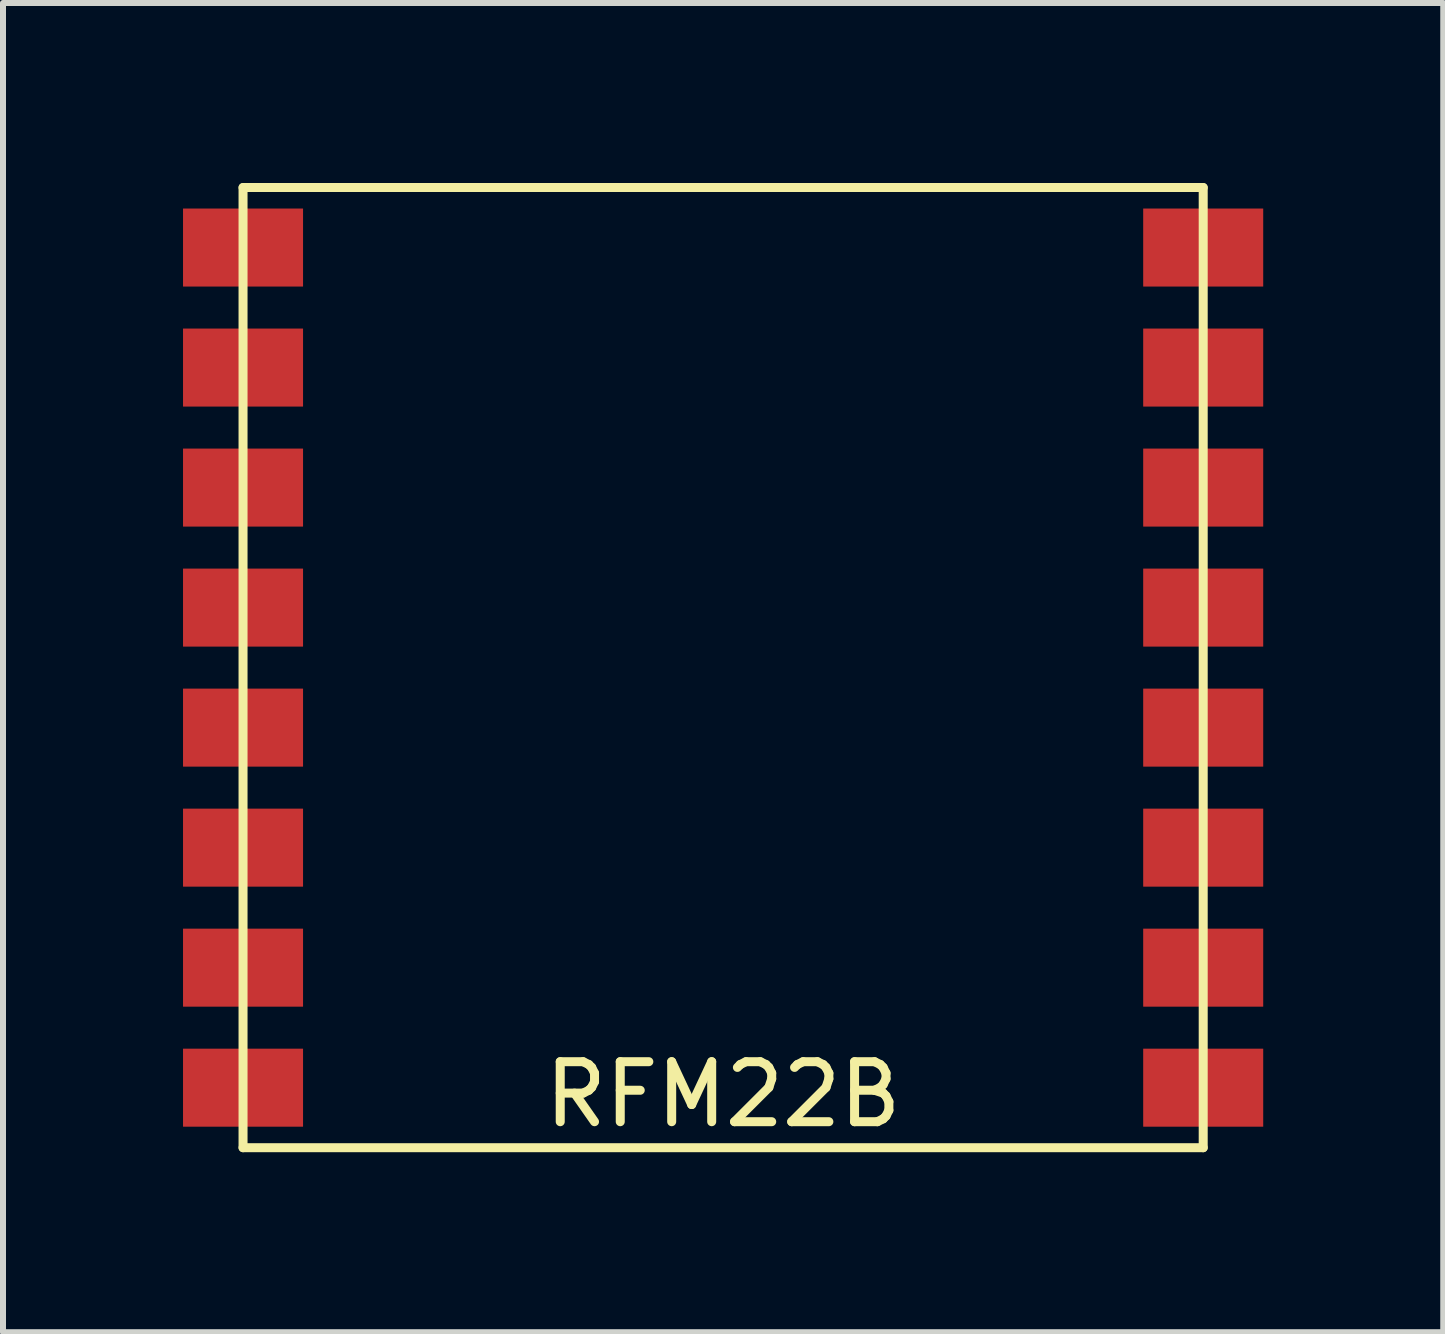
<source format=kicad_pcb>
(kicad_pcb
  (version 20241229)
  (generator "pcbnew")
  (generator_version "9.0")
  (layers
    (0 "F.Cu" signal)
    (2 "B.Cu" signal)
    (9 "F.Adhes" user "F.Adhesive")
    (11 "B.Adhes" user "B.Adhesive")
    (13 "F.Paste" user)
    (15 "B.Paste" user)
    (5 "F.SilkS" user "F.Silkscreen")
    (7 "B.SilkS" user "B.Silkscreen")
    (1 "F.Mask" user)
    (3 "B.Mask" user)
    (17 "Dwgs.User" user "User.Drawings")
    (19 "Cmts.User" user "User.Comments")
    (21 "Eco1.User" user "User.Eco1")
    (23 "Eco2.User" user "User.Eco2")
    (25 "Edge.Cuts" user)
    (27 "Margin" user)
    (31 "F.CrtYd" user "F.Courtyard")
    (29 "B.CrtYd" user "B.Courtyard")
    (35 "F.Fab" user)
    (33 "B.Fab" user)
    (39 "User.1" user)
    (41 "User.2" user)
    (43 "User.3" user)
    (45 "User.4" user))
  (footprint "RFM22B"
    (layer "F.Cu")
    (at 9 8.075)
    (property "Reference" "RFM22B" (at 0 7.112 0) (layer "F.SilkS") (effects (font (size 1 1) (thickness 0.15))))
    (attr through_hole)
    (fp_line (start -8 -8) (end 8 -8) (stroke (width 0.15) (type solid)) (layer "F.SilkS"))
    (fp_line (start -8 8) (end -8 -8) (stroke (width 0.15) (type solid)) (layer "F.SilkS"))
    (fp_line (start 8 -8) (end 8 8) (stroke (width 0.15) (type solid)) (layer "F.SilkS"))
    (fp_line (start 8 8) (end -8 8) (stroke (width 0.15) (type solid)) (layer "F.SilkS"))
    (pad "1" smd rect (at -8 -7) (size 2 1.3) (layers "F.Cu" "F.Mask" "F.Paste"))
    (pad "2" smd rect (at -8 -5) (size 2 1.3) (layers "F.Cu" "F.Mask" "F.Paste"))
    (pad "3" smd rect (at -8 -3) (size 2 1.3) (layers "F.Cu" "F.Mask" "F.Paste"))
    (pad "4" smd rect (at -8 -1) (size 2 1.3) (layers "F.Cu" "F.Mask" "F.Paste"))
    (pad "5" smd rect (at -8 1) (size 2 1.3) (layers "F.Cu" "F.Mask" "F.Paste"))
    (pad "6" smd rect (at -8 3) (size 2 1.3) (layers "F.Cu" "F.Mask" "F.Paste"))
    (pad "7" smd rect (at -8 5) (size 2 1.3) (layers "F.Cu" "F.Mask" "F.Paste"))
    (pad "8" smd rect (at -8 7) (size 2 1.3) (layers "F.Cu" "F.Mask" "F.Paste"))
    (pad "9" smd rect (at 8 7) (size 2 1.3) (layers "F.Cu" "F.Mask" "F.Paste"))
    (pad "10" smd rect (at 8 5) (size 2 1.3) (layers "F.Cu" "F.Mask" "F.Paste"))
    (pad "11" smd rect (at 8 3) (size 2 1.3) (layers "F.Cu" "F.Mask" "F.Paste"))
    (pad "12" smd rect (at 8 1) (size 2 1.3) (layers "F.Cu" "F.Mask" "F.Paste"))
    (pad "13" smd rect (at 8 -1) (size 2 1.3) (layers "F.Cu" "F.Mask" "F.Paste"))
    (pad "14" smd rect (at 8 -3) (size 2 1.3) (layers "F.Cu" "F.Mask" "F.Paste"))
    (pad "15" smd rect (at 8 -5) (size 2 1.3) (layers "F.Cu" "F.Mask" "F.Paste"))
    (pad "16" smd rect (at 8 -7) (size 2 1.3) (layers "F.Cu" "F.Mask" "F.Paste")))
  (gr_rect
    (start -3 -3)
    (end 21 19.15)
    (stroke (width 0.1) (type default))
    (fill no)
    (layer "Edge.Cuts")))
</source>
